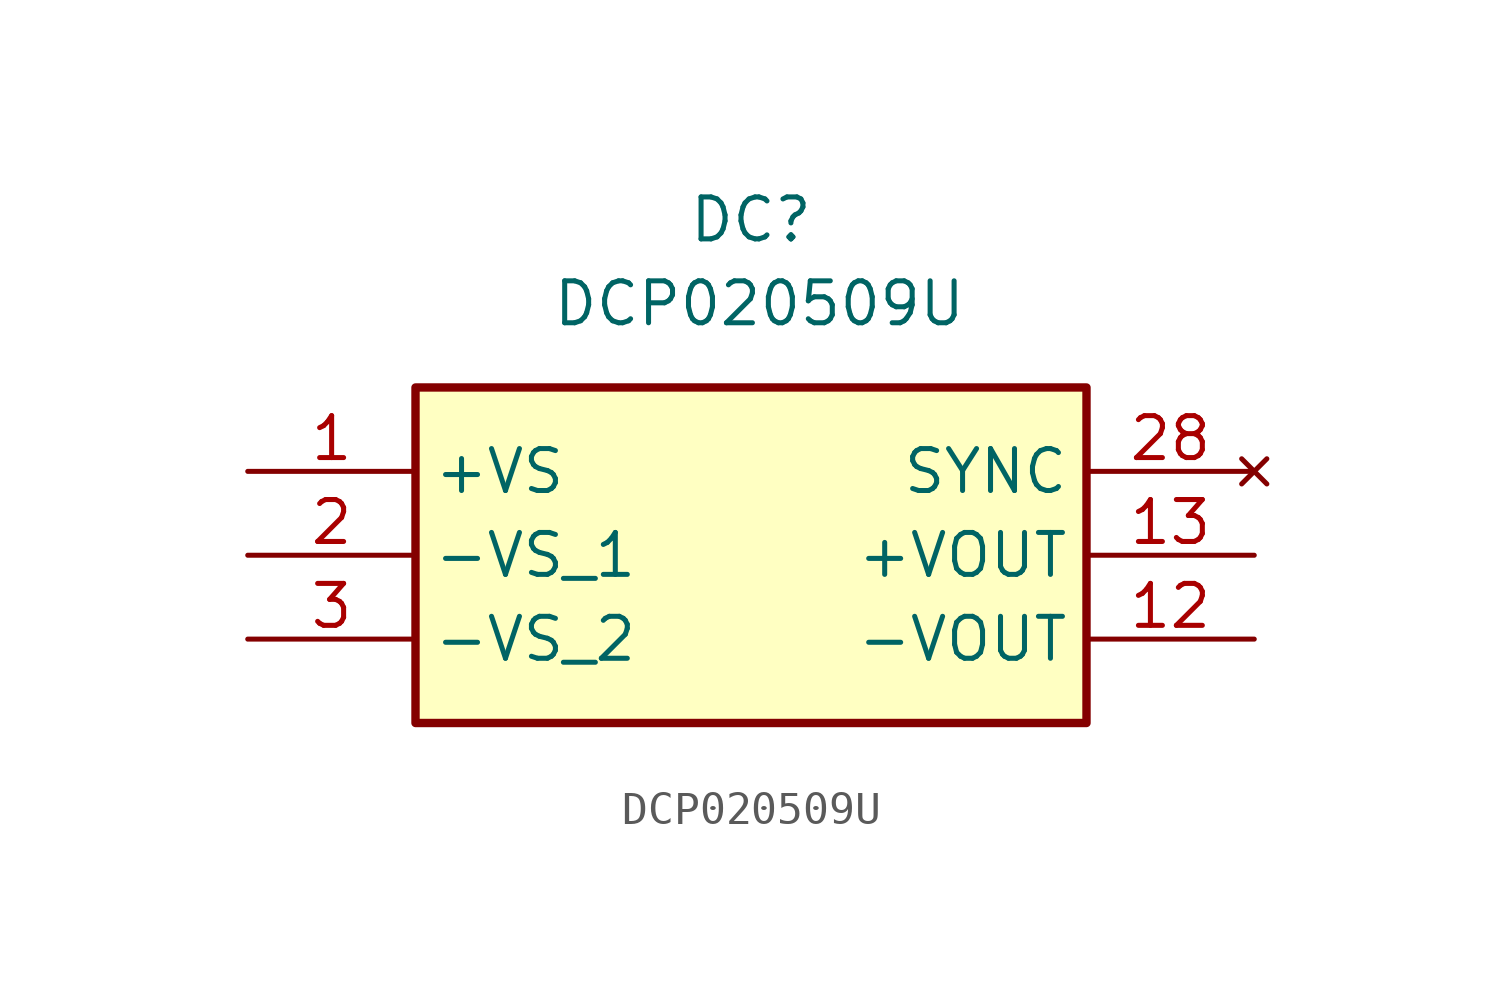
<source format=kicad_sym>
(kicad_symbol_lib
  (version 20241209)
  (generator "kicad_symbol_editor")
  (generator_version "9.0")
  (symbol "DCP020509U"
    (property "Reference" "DC"
      (at 15.24 7.62 0)
      (effects (font (size 1.27 1.27))))
    (property "Value" "DCP020509U"
      (at 15.494 5.08 0)
      (effects (font (size 1.27 1.27))))
    (symbol "DCP020509U_1_1"
      (rectangle (start 5.08 2.54) (end 25.4 -7.62) (stroke (width 0.254) (type default)) (fill (type background)))
      (pin power_in line (at 0 0 0) (length 5.08) (name "+VS" (effects (font (size 1.27 1.27)))) (number "1" (effects (font (size 1.27 1.27)))))
      (pin power_in line (at 0 -2.54 0) (length 5.08) (name "-VS_1" (effects (font (size 1.27 1.27)))) (number "2" (effects (font (size 1.27 1.27)))))
      (pin power_in line (at 0 -5.08 0) (length 5.08) (name "-VS_2" (effects (font (size 1.27 1.27)))) (number "3" (effects (font (size 1.27 1.27)))))
      (pin no_connect line (at 30.48 0 180) (length 5.08) (name "SYNC" (effects (font (size 1.27 1.27)))) (number "28" (effects (font (size 1.27 1.27)))))
      (pin power_out line (at 30.48 -2.54 180) (length 5.08) (name "+VOUT" (effects (font (size 1.27 1.27)))) (number "13" (effects (font (size 1.27 1.27)))))
      (pin power_out line (at 30.48 -5.08 180) (length 5.08) (name "-VOUT" (effects (font (size 1.27 1.27)))) (number "12" (effects (font (size 1.27 1.27))))))))
</source>
